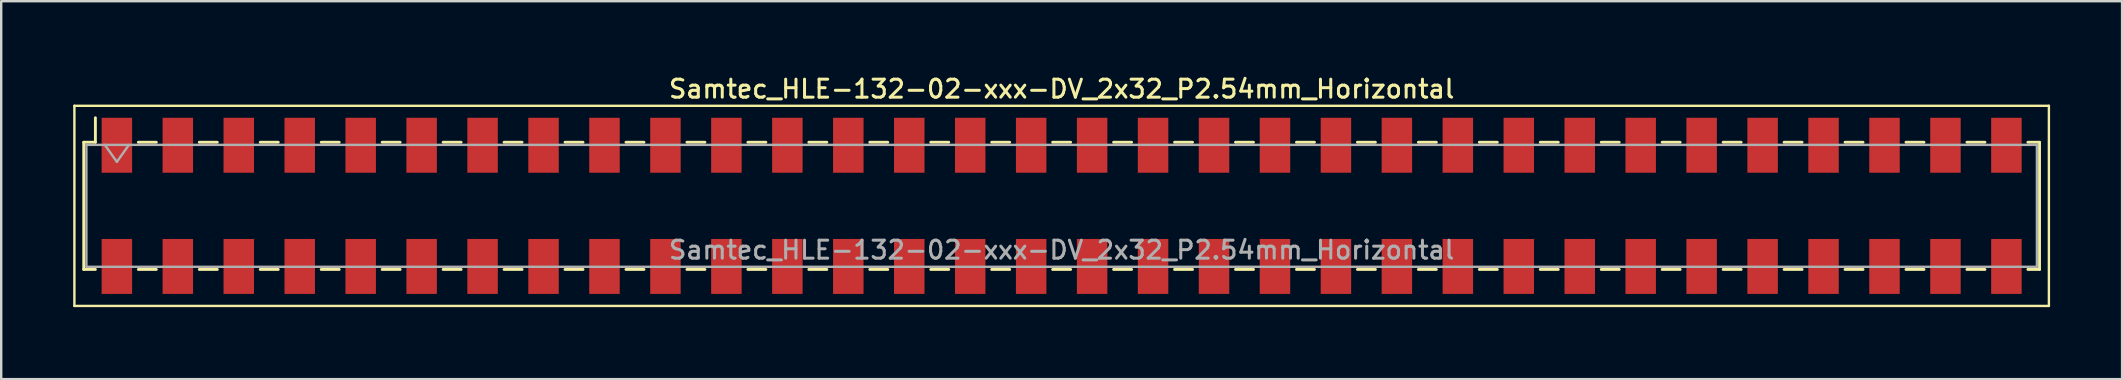
<source format=kicad_pcb>
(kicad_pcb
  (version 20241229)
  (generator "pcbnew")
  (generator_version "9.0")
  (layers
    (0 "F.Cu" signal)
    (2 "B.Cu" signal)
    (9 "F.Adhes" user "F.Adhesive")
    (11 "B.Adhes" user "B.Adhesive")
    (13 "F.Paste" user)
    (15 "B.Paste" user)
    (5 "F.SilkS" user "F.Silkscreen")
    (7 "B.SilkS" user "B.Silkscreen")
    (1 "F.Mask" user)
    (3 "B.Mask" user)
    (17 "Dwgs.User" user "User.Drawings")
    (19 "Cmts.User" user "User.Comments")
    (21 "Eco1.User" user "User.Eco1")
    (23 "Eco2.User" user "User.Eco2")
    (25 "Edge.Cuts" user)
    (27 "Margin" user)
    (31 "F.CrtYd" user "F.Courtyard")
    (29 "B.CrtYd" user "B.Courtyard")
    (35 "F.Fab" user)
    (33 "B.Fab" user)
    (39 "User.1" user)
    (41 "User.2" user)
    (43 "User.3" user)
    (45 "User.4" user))
  (footprint "Samtec_HLE-132-02-xxx-DV_2x32_P2.54mm_Horizontal"
    (layer "F.Cu")
    (at 41.19 5.528)
    (property "Reference" "Samtec_HLE-132-02-xxx-DV_2x32_P2.54mm_Horizontal" (at 0 -4.87 0) (layer "F.SilkS") (effects (font (size 0.75 0.75) (thickness 0.125))))
    (attr smd)
    (fp_line (start -41.14 -4.17) (end 41.14 -4.17) (stroke (width 0.1) (type solid)) (layer "F.SilkS"))
    (fp_line (start -41.14 4.17) (end -41.14 -4.17) (stroke (width 0.1) (type solid)) (layer "F.SilkS"))
    (fp_line (start -40.75 -2.65) (end -40.75 2.65) (stroke (width 0.12) (type solid)) (layer "F.SilkS"))
    (fp_line (start -40.75 2.65) (end -40.265 2.65) (stroke (width 0.12) (type solid)) (layer "F.SilkS"))
    (fp_line (start -40.265 -3.67) (end -40.265 -2.65) (stroke (width 0.12) (type solid)) (layer "F.SilkS"))
    (fp_line (start -40.265 -2.65) (end -40.75 -2.65) (stroke (width 0.12) (type solid)) (layer "F.SilkS"))
    (fp_line (start -38.475 -2.65) (end -37.725 -2.65) (stroke (width 0.12) (type solid)) (layer "F.SilkS"))
    (fp_line (start -38.475 2.65) (end -37.725 2.65) (stroke (width 0.12) (type solid)) (layer "F.SilkS"))
    (fp_line (start -35.935 -2.65) (end -35.185 -2.65) (stroke (width 0.12) (type solid)) (layer "F.SilkS"))
    (fp_line (start -35.935 2.65) (end -35.185 2.65) (stroke (width 0.12) (type solid)) (layer "F.SilkS"))
    (fp_line (start -33.395 -2.65) (end -32.645 -2.65) (stroke (width 0.12) (type solid)) (layer "F.SilkS"))
    (fp_line (start -33.395 2.65) (end -32.645 2.65) (stroke (width 0.12) (type solid)) (layer "F.SilkS"))
    (fp_line (start -30.855 -2.65) (end -30.105 -2.65) (stroke (width 0.12) (type solid)) (layer "F.SilkS"))
    (fp_line (start -30.855 2.65) (end -30.105 2.65) (stroke (width 0.12) (type solid)) (layer "F.SilkS"))
    (fp_line (start -28.315 -2.65) (end -27.565 -2.65) (stroke (width 0.12) (type solid)) (layer "F.SilkS"))
    (fp_line (start -28.315 2.65) (end -27.565 2.65) (stroke (width 0.12) (type solid)) (layer "F.SilkS"))
    (fp_line (start -25.775 -2.65) (end -25.025 -2.65) (stroke (width 0.12) (type solid)) (layer "F.SilkS"))
    (fp_line (start -25.775 2.65) (end -25.025 2.65) (stroke (width 0.12) (type solid)) (layer "F.SilkS"))
    (fp_line (start -23.235 -2.65) (end -22.485 -2.65) (stroke (width 0.12) (type solid)) (layer "F.SilkS"))
    (fp_line (start -23.235 2.65) (end -22.485 2.65) (stroke (width 0.12) (type solid)) (layer "F.SilkS"))
    (fp_line (start -20.695 -2.65) (end -19.945 -2.65) (stroke (width 0.12) (type solid)) (layer "F.SilkS"))
    (fp_line (start -20.695 2.65) (end -19.945 2.65) (stroke (width 0.12) (type solid)) (layer "F.SilkS"))
    (fp_line (start -18.155 -2.65) (end -17.405 -2.65) (stroke (width 0.12) (type solid)) (layer "F.SilkS"))
    (fp_line (start -18.155 2.65) (end -17.405 2.65) (stroke (width 0.12) (type solid)) (layer "F.SilkS"))
    (fp_line (start -15.615 -2.65) (end -14.865 -2.65) (stroke (width 0.12) (type solid)) (layer "F.SilkS"))
    (fp_line (start -15.615 2.65) (end -14.865 2.65) (stroke (width 0.12) (type solid)) (layer "F.SilkS"))
    (fp_line (start -13.075 -2.65) (end -12.325 -2.65) (stroke (width 0.12) (type solid)) (layer "F.SilkS"))
    (fp_line (start -13.075 2.65) (end -12.325 2.65) (stroke (width 0.12) (type solid)) (layer "F.SilkS"))
    (fp_line (start -10.535 -2.65) (end -9.785 -2.65) (stroke (width 0.12) (type solid)) (layer "F.SilkS"))
    (fp_line (start -10.535 2.65) (end -9.785 2.65) (stroke (width 0.12) (type solid)) (layer "F.SilkS"))
    (fp_line (start -7.995 -2.65) (end -7.245 -2.65) (stroke (width 0.12) (type solid)) (layer "F.SilkS"))
    (fp_line (start -7.995 2.65) (end -7.245 2.65) (stroke (width 0.12) (type solid)) (layer "F.SilkS"))
    (fp_line (start -5.455 -2.65) (end -4.705 -2.65) (stroke (width 0.12) (type solid)) (layer "F.SilkS"))
    (fp_line (start -5.455 2.65) (end -4.705 2.65) (stroke (width 0.12) (type solid)) (layer "F.SilkS"))
    (fp_line (start -2.915 -2.65) (end -2.165 -2.65) (stroke (width 0.12) (type solid)) (layer "F.SilkS"))
    (fp_line (start -2.915 2.65) (end -2.165 2.65) (stroke (width 0.12) (type solid)) (layer "F.SilkS"))
    (fp_line (start -0.375 -2.65) (end 0.375 -2.65) (stroke (width 0.12) (type solid)) (layer "F.SilkS"))
    (fp_line (start -0.375 2.65) (end 0.375 2.65) (stroke (width 0.12) (type solid)) (layer "F.SilkS"))
    (fp_line (start 2.165 -2.65) (end 2.915 -2.65) (stroke (width 0.12) (type solid)) (layer "F.SilkS"))
    (fp_line (start 2.165 2.65) (end 2.915 2.65) (stroke (width 0.12) (type solid)) (layer "F.SilkS"))
    (fp_line (start 4.705 -2.65) (end 5.455 -2.65) (stroke (width 0.12) (type solid)) (layer "F.SilkS"))
    (fp_line (start 4.705 2.65) (end 5.455 2.65) (stroke (width 0.12) (type solid)) (layer "F.SilkS"))
    (fp_line (start 7.245 -2.65) (end 7.995 -2.65) (stroke (width 0.12) (type solid)) (layer "F.SilkS"))
    (fp_line (start 7.245 2.65) (end 7.995 2.65) (stroke (width 0.12) (type solid)) (layer "F.SilkS"))
    (fp_line (start 9.785 -2.65) (end 10.535 -2.65) (stroke (width 0.12) (type solid)) (layer "F.SilkS"))
    (fp_line (start 9.785 2.65) (end 10.535 2.65) (stroke (width 0.12) (type solid)) (layer "F.SilkS"))
    (fp_line (start 12.325 -2.65) (end 13.075 -2.65) (stroke (width 0.12) (type solid)) (layer "F.SilkS"))
    (fp_line (start 12.325 2.65) (end 13.075 2.65) (stroke (width 0.12) (type solid)) (layer "F.SilkS"))
    (fp_line (start 14.865 -2.65) (end 15.615 -2.65) (stroke (width 0.12) (type solid)) (layer "F.SilkS"))
    (fp_line (start 14.865 2.65) (end 15.615 2.65) (stroke (width 0.12) (type solid)) (layer "F.SilkS"))
    (fp_line (start 17.405 -2.65) (end 18.155 -2.65) (stroke (width 0.12) (type solid)) (layer "F.SilkS"))
    (fp_line (start 17.405 2.65) (end 18.155 2.65) (stroke (width 0.12) (type solid)) (layer "F.SilkS"))
    (fp_line (start 19.945 -2.65) (end 20.695 -2.65) (stroke (width 0.12) (type solid)) (layer "F.SilkS"))
    (fp_line (start 19.945 2.65) (end 20.695 2.65) (stroke (width 0.12) (type solid)) (layer "F.SilkS"))
    (fp_line (start 22.485 -2.65) (end 23.235 -2.65) (stroke (width 0.12) (type solid)) (layer "F.SilkS"))
    (fp_line (start 22.485 2.65) (end 23.235 2.65) (stroke (width 0.12) (type solid)) (layer "F.SilkS"))
    (fp_line (start 25.025 -2.65) (end 25.775 -2.65) (stroke (width 0.12) (type solid)) (layer "F.SilkS"))
    (fp_line (start 25.025 2.65) (end 25.775 2.65) (stroke (width 0.12) (type solid)) (layer "F.SilkS"))
    (fp_line (start 27.565 -2.65) (end 28.315 -2.65) (stroke (width 0.12) (type solid)) (layer "F.SilkS"))
    (fp_line (start 27.565 2.65) (end 28.315 2.65) (stroke (width 0.12) (type solid)) (layer "F.SilkS"))
    (fp_line (start 30.105 -2.65) (end 30.855 -2.65) (stroke (width 0.12) (type solid)) (layer "F.SilkS"))
    (fp_line (start 30.105 2.65) (end 30.855 2.65) (stroke (width 0.12) (type solid)) (layer "F.SilkS"))
    (fp_line (start 32.645 -2.65) (end 33.395 -2.65) (stroke (width 0.12) (type solid)) (layer "F.SilkS"))
    (fp_line (start 32.645 2.65) (end 33.395 2.65) (stroke (width 0.12) (type solid)) (layer "F.SilkS"))
    (fp_line (start 35.185 -2.65) (end 35.935 -2.65) (stroke (width 0.12) (type solid)) (layer "F.SilkS"))
    (fp_line (start 35.185 2.65) (end 35.935 2.65) (stroke (width 0.12) (type solid)) (layer "F.SilkS"))
    (fp_line (start 37.725 -2.65) (end 38.475 -2.65) (stroke (width 0.12) (type solid)) (layer "F.SilkS"))
    (fp_line (start 37.725 2.65) (end 38.475 2.65) (stroke (width 0.12) (type solid)) (layer "F.SilkS"))
    (fp_line (start 40.265 -2.65) (end 40.75 -2.65) (stroke (width 0.12) (type solid)) (layer "F.SilkS"))
    (fp_line (start 40.75 -2.65) (end 40.75 2.65) (stroke (width 0.12) (type solid)) (layer "F.SilkS"))
    (fp_line (start 40.75 2.65) (end 40.265 2.65) (stroke (width 0.12) (type solid)) (layer "F.SilkS"))
    (fp_line (start 41.14 -4.17) (end 41.14 4.17) (stroke (width 0.1) (type solid)) (layer "F.SilkS"))
    (fp_line (start 41.14 4.17) (end -41.14 4.17) (stroke (width 0.1) (type solid)) (layer "F.SilkS"))
    (fp_line (start -40.64 -2.54) (end 40.64 -2.54) (stroke (width 0.1) (type solid)) (layer "F.Fab"))
    (fp_line (start -40.64 2.54) (end -40.64 -2.54) (stroke (width 0.1) (type solid)) (layer "F.Fab"))
    (fp_line (start -39.87 -2.54) (end -39.37 -1.833) (stroke (width 0.1) (type solid)) (layer "F.Fab"))
    (fp_line (start -39.37 -1.833) (end -38.87 -2.54) (stroke (width 0.1) (type solid)) (layer "F.Fab"))
    (fp_line (start 40.64 -2.54) (end 40.64 2.54) (stroke (width 0.1) (type solid)) (layer "F.Fab"))
    (fp_line (start 40.64 2.54) (end -40.64 2.54) (stroke (width 0.1) (type solid)) (layer "F.Fab"))
    (fp_text user "${REFERENCE}" (at 0 1.84 0) (layer "F.Fab") (effects (font (size 0.75 0.75) (thickness 0.125))))
    (pad "1" smd rect (at -39.37 -2.525) (size 1.27 2.29) (layers "F.Cu" "F.Mask" "F.Paste"))
    (pad "2" smd rect (at -39.37 2.525) (size 1.27 2.29) (layers "F.Cu" "F.Mask" "F.Paste"))
    (pad "3" smd rect (at -36.83 -2.525) (size 1.27 2.29) (layers "F.Cu" "F.Mask" "F.Paste"))
    (pad "4" smd rect (at -36.83 2.525) (size 1.27 2.29) (layers "F.Cu" "F.Mask" "F.Paste"))
    (pad "5" smd rect (at -34.29 -2.525) (size 1.27 2.29) (layers "F.Cu" "F.Mask" "F.Paste"))
    (pad "6" smd rect (at -34.29 2.525) (size 1.27 2.29) (layers "F.Cu" "F.Mask" "F.Paste"))
    (pad "7" smd rect (at -31.75 -2.525) (size 1.27 2.29) (layers "F.Cu" "F.Mask" "F.Paste"))
    (pad "8" smd rect (at -31.75 2.525) (size 1.27 2.29) (layers "F.Cu" "F.Mask" "F.Paste"))
    (pad "9" smd rect (at -29.21 -2.525) (size 1.27 2.29) (layers "F.Cu" "F.Mask" "F.Paste"))
    (pad "10" smd rect (at -29.21 2.525) (size 1.27 2.29) (layers "F.Cu" "F.Mask" "F.Paste"))
    (pad "11" smd rect (at -26.67 -2.525) (size 1.27 2.29) (layers "F.Cu" "F.Mask" "F.Paste"))
    (pad "12" smd rect (at -26.67 2.525) (size 1.27 2.29) (layers "F.Cu" "F.Mask" "F.Paste"))
    (pad "13" smd rect (at -24.13 -2.525) (size 1.27 2.29) (layers "F.Cu" "F.Mask" "F.Paste"))
    (pad "14" smd rect (at -24.13 2.525) (size 1.27 2.29) (layers "F.Cu" "F.Mask" "F.Paste"))
    (pad "15" smd rect (at -21.59 -2.525) (size 1.27 2.29) (layers "F.Cu" "F.Mask" "F.Paste"))
    (pad "16" smd rect (at -21.59 2.525) (size 1.27 2.29) (layers "F.Cu" "F.Mask" "F.Paste"))
    (pad "17" smd rect (at -19.05 -2.525) (size 1.27 2.29) (layers "F.Cu" "F.Mask" "F.Paste"))
    (pad "18" smd rect (at -19.05 2.525) (size 1.27 2.29) (layers "F.Cu" "F.Mask" "F.Paste"))
    (pad "19" smd rect (at -16.51 -2.525) (size 1.27 2.29) (layers "F.Cu" "F.Mask" "F.Paste"))
    (pad "20" smd rect (at -16.51 2.525) (size 1.27 2.29) (layers "F.Cu" "F.Mask" "F.Paste"))
    (pad "21" smd rect (at -13.97 -2.525) (size 1.27 2.29) (layers "F.Cu" "F.Mask" "F.Paste"))
    (pad "22" smd rect (at -13.97 2.525) (size 1.27 2.29) (layers "F.Cu" "F.Mask" "F.Paste"))
    (pad "23" smd rect (at -11.43 -2.525) (size 1.27 2.29) (layers "F.Cu" "F.Mask" "F.Paste"))
    (pad "24" smd rect (at -11.43 2.525) (size 1.27 2.29) (layers "F.Cu" "F.Mask" "F.Paste"))
    (pad "25" smd rect (at -8.89 -2.525) (size 1.27 2.29) (layers "F.Cu" "F.Mask" "F.Paste"))
    (pad "26" smd rect (at -8.89 2.525) (size 1.27 2.29) (layers "F.Cu" "F.Mask" "F.Paste"))
    (pad "27" smd rect (at -6.35 -2.525) (size 1.27 2.29) (layers "F.Cu" "F.Mask" "F.Paste"))
    (pad "28" smd rect (at -6.35 2.525) (size 1.27 2.29) (layers "F.Cu" "F.Mask" "F.Paste"))
    (pad "29" smd rect (at -3.81 -2.525) (size 1.27 2.29) (layers "F.Cu" "F.Mask" "F.Paste"))
    (pad "30" smd rect (at -3.81 2.525) (size 1.27 2.29) (layers "F.Cu" "F.Mask" "F.Paste"))
    (pad "31" smd rect (at -1.27 -2.525) (size 1.27 2.29) (layers "F.Cu" "F.Mask" "F.Paste"))
    (pad "32" smd rect (at -1.27 2.525) (size 1.27 2.29) (layers "F.Cu" "F.Mask" "F.Paste"))
    (pad "33" smd rect (at 1.27 -2.525) (size 1.27 2.29) (layers "F.Cu" "F.Mask" "F.Paste"))
    (pad "34" smd rect (at 1.27 2.525) (size 1.27 2.29) (layers "F.Cu" "F.Mask" "F.Paste"))
    (pad "35" smd rect (at 3.81 -2.525) (size 1.27 2.29) (layers "F.Cu" "F.Mask" "F.Paste"))
    (pad "36" smd rect (at 3.81 2.525) (size 1.27 2.29) (layers "F.Cu" "F.Mask" "F.Paste"))
    (pad "37" smd rect (at 6.35 -2.525) (size 1.27 2.29) (layers "F.Cu" "F.Mask" "F.Paste"))
    (pad "38" smd rect (at 6.35 2.525) (size 1.27 2.29) (layers "F.Cu" "F.Mask" "F.Paste"))
    (pad "39" smd rect (at 8.89 -2.525) (size 1.27 2.29) (layers "F.Cu" "F.Mask" "F.Paste"))
    (pad "40" smd rect (at 8.89 2.525) (size 1.27 2.29) (layers "F.Cu" "F.Mask" "F.Paste"))
    (pad "41" smd rect (at 11.43 -2.525) (size 1.27 2.29) (layers "F.Cu" "F.Mask" "F.Paste"))
    (pad "42" smd rect (at 11.43 2.525) (size 1.27 2.29) (layers "F.Cu" "F.Mask" "F.Paste"))
    (pad "43" smd rect (at 13.97 -2.525) (size 1.27 2.29) (layers "F.Cu" "F.Mask" "F.Paste"))
    (pad "44" smd rect (at 13.97 2.525) (size 1.27 2.29) (layers "F.Cu" "F.Mask" "F.Paste"))
    (pad "45" smd rect (at 16.51 -2.525) (size 1.27 2.29) (layers "F.Cu" "F.Mask" "F.Paste"))
    (pad "46" smd rect (at 16.51 2.525) (size 1.27 2.29) (layers "F.Cu" "F.Mask" "F.Paste"))
    (pad "47" smd rect (at 19.05 -2.525) (size 1.27 2.29) (layers "F.Cu" "F.Mask" "F.Paste"))
    (pad "48" smd rect (at 19.05 2.525) (size 1.27 2.29) (layers "F.Cu" "F.Mask" "F.Paste"))
    (pad "49" smd rect (at 21.59 -2.525) (size 1.27 2.29) (layers "F.Cu" "F.Mask" "F.Paste"))
    (pad "50" smd rect (at 21.59 2.525) (size 1.27 2.29) (layers "F.Cu" "F.Mask" "F.Paste"))
    (pad "51" smd rect (at 24.13 -2.525) (size 1.27 2.29) (layers "F.Cu" "F.Mask" "F.Paste"))
    (pad "52" smd rect (at 24.13 2.525) (size 1.27 2.29) (layers "F.Cu" "F.Mask" "F.Paste"))
    (pad "53" smd rect (at 26.67 -2.525) (size 1.27 2.29) (layers "F.Cu" "F.Mask" "F.Paste"))
    (pad "54" smd rect (at 26.67 2.525) (size 1.27 2.29) (layers "F.Cu" "F.Mask" "F.Paste"))
    (pad "55" smd rect (at 29.21 -2.525) (size 1.27 2.29) (layers "F.Cu" "F.Mask" "F.Paste"))
    (pad "56" smd rect (at 29.21 2.525) (size 1.27 2.29) (layers "F.Cu" "F.Mask" "F.Paste"))
    (pad "57" smd rect (at 31.75 -2.525) (size 1.27 2.29) (layers "F.Cu" "F.Mask" "F.Paste"))
    (pad "58" smd rect (at 31.75 2.525) (size 1.27 2.29) (layers "F.Cu" "F.Mask" "F.Paste"))
    (pad "59" smd rect (at 34.29 -2.525) (size 1.27 2.29) (layers "F.Cu" "F.Mask" "F.Paste"))
    (pad "60" smd rect (at 34.29 2.525) (size 1.27 2.29) (layers "F.Cu" "F.Mask" "F.Paste"))
    (pad "61" smd rect (at 36.83 -2.525) (size 1.27 2.29) (layers "F.Cu" "F.Mask" "F.Paste"))
    (pad "62" smd rect (at 36.83 2.525) (size 1.27 2.29) (layers "F.Cu" "F.Mask" "F.Paste"))
    (pad "63" smd rect (at 39.37 -2.525) (size 1.27 2.29) (layers "F.Cu" "F.Mask" "F.Paste"))
    (pad "64" smd rect (at 39.37 2.525) (size 1.27 2.29) (layers "F.Cu" "F.Mask" "F.Paste")))
  (gr_rect
    (start -3 -3)
    (end 85.38 12.748)
    (stroke (width 0.1) (type default))
    (fill no)
    (layer "Edge.Cuts")))
</source>
